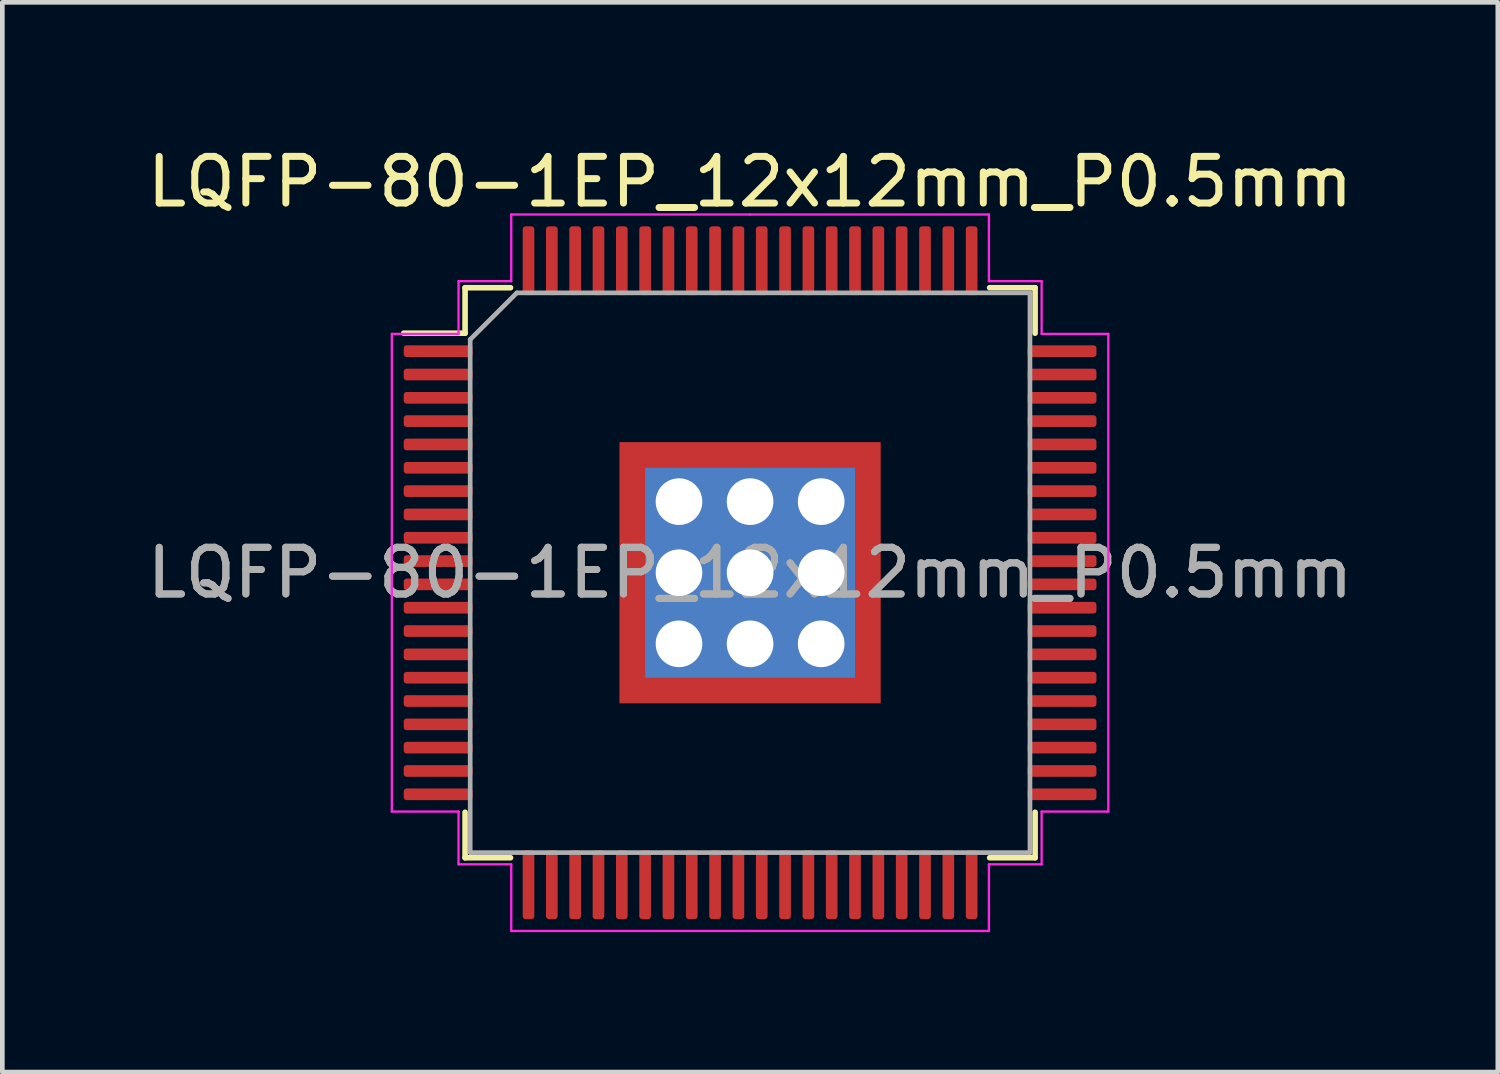
<source format=kicad_pcb>
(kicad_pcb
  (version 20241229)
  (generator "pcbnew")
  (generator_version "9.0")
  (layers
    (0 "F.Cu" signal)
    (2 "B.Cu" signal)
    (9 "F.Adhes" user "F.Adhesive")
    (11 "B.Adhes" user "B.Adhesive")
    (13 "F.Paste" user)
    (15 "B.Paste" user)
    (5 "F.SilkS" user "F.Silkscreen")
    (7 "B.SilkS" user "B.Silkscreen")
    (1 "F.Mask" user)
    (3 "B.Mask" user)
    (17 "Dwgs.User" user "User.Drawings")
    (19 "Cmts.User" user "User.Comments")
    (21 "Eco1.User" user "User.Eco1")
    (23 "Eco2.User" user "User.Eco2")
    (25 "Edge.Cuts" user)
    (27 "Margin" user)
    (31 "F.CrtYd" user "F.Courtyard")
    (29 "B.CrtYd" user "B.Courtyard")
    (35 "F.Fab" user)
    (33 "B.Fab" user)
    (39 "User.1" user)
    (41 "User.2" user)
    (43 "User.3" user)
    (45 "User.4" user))
  (footprint "LQFP-80-1EP_12x12mm_P0.5mm"
    (layer "F.Cu")
    (at 13.03 9.228)
    (property "Reference" "LQFP-80-1EP_12x12mm_P0.5mm" (at 0 -8.38 0) (layer "F.SilkS") (effects (font (size 1 1) (thickness 0.15))))
    (attr smd)
    (fp_line (start -6.11 -6.11) (end -6.11 -5.135) (stroke (width 0.12) (type solid)) (layer "F.SilkS"))
    (fp_line (start -6.11 -5.135) (end -7.425 -5.135) (stroke (width 0.12) (type solid)) (layer "F.SilkS"))
    (fp_line (start -6.11 6.11) (end -6.11 5.135) (stroke (width 0.12) (type solid)) (layer "F.SilkS"))
    (fp_line (start -5.135 -6.11) (end -6.11 -6.11) (stroke (width 0.12) (type solid)) (layer "F.SilkS"))
    (fp_line (start -5.135 6.11) (end -6.11 6.11) (stroke (width 0.12) (type solid)) (layer "F.SilkS"))
    (fp_line (start 5.135 -6.11) (end 6.11 -6.11) (stroke (width 0.12) (type solid)) (layer "F.SilkS"))
    (fp_line (start 5.135 6.11) (end 6.11 6.11) (stroke (width 0.12) (type solid)) (layer "F.SilkS"))
    (fp_line (start 6.11 -6.11) (end 6.11 -5.135) (stroke (width 0.12) (type solid)) (layer "F.SilkS"))
    (fp_line (start 6.11 6.11) (end 6.11 5.135) (stroke (width 0.12) (type solid)) (layer "F.SilkS"))
    (fp_line (start -7.68 -5.12) (end -7.68 0) (stroke (width 0.05) (type solid)) (layer "F.CrtYd"))
    (fp_line (start -7.68 5.12) (end -7.68 0) (stroke (width 0.05) (type solid)) (layer "F.CrtYd"))
    (fp_line (start -6.25 -6.25) (end -6.25 -5.12) (stroke (width 0.05) (type solid)) (layer "F.CrtYd"))
    (fp_line (start -6.25 -5.12) (end -7.68 -5.12) (stroke (width 0.05) (type solid)) (layer "F.CrtYd"))
    (fp_line (start -6.25 5.12) (end -7.68 5.12) (stroke (width 0.05) (type solid)) (layer "F.CrtYd"))
    (fp_line (start -6.25 6.25) (end -6.25 5.12) (stroke (width 0.05) (type solid)) (layer "F.CrtYd"))
    (fp_line (start -5.12 -7.68) (end -5.12 -6.25) (stroke (width 0.05) (type solid)) (layer "F.CrtYd"))
    (fp_line (start -5.12 -6.25) (end -6.25 -6.25) (stroke (width 0.05) (type solid)) (layer "F.CrtYd"))
    (fp_line (start -5.12 6.25) (end -6.25 6.25) (stroke (width 0.05) (type solid)) (layer "F.CrtYd"))
    (fp_line (start -5.12 7.68) (end -5.12 6.25) (stroke (width 0.05) (type solid)) (layer "F.CrtYd"))
    (fp_line (start 0 -7.68) (end -5.12 -7.68) (stroke (width 0.05) (type solid)) (layer "F.CrtYd"))
    (fp_line (start 0 -7.68) (end 5.12 -7.68) (stroke (width 0.05) (type solid)) (layer "F.CrtYd"))
    (fp_line (start 0 7.68) (end -5.12 7.68) (stroke (width 0.05) (type solid)) (layer "F.CrtYd"))
    (fp_line (start 0 7.68) (end 5.12 7.68) (stroke (width 0.05) (type solid)) (layer "F.CrtYd"))
    (fp_line (start 5.12 -7.68) (end 5.12 -6.25) (stroke (width 0.05) (type solid)) (layer "F.CrtYd"))
    (fp_line (start 5.12 -6.25) (end 6.25 -6.25) (stroke (width 0.05) (type solid)) (layer "F.CrtYd"))
    (fp_line (start 5.12 6.25) (end 6.25 6.25) (stroke (width 0.05) (type solid)) (layer "F.CrtYd"))
    (fp_line (start 5.12 7.68) (end 5.12 6.25) (stroke (width 0.05) (type solid)) (layer "F.CrtYd"))
    (fp_line (start 6.25 -6.25) (end 6.25 -5.12) (stroke (width 0.05) (type solid)) (layer "F.CrtYd"))
    (fp_line (start 6.25 -5.12) (end 7.68 -5.12) (stroke (width 0.05) (type solid)) (layer "F.CrtYd"))
    (fp_line (start 6.25 5.12) (end 7.68 5.12) (stroke (width 0.05) (type solid)) (layer "F.CrtYd"))
    (fp_line (start 6.25 6.25) (end 6.25 5.12) (stroke (width 0.05) (type solid)) (layer "F.CrtYd"))
    (fp_line (start 7.68 -5.12) (end 7.68 0) (stroke (width 0.05) (type solid)) (layer "F.CrtYd"))
    (fp_line (start 7.68 5.12) (end 7.68 0) (stroke (width 0.05) (type solid)) (layer "F.CrtYd"))
    (fp_line (start -6 -5) (end -5 -6) (stroke (width 0.1) (type solid)) (layer "F.Fab"))
    (fp_line (start -6 6) (end -6 -5) (stroke (width 0.1) (type solid)) (layer "F.Fab"))
    (fp_line (start -5 -6) (end 6 -6) (stroke (width 0.1) (type solid)) (layer "F.Fab"))
    (fp_line (start 6 -6) (end 6 6) (stroke (width 0.1) (type solid)) (layer "F.Fab"))
    (fp_line (start 6 6) (end -6 6) (stroke (width 0.1) (type solid)) (layer "F.Fab"))
    (fp_text user "${REFERENCE}" (at 0 0 0) (layer "F.Fab") (effects (font (size 1 1) (thickness 0.15))))
    (fp_text user "${REFERENCE}" (at 0 0 0) (layer "F.Fab") (effects (font (size 1 1) (thickness 0.15))))
    (pad "" smd custom (at -2.15 -2.15) (size 0.46 0.46) (layers "F.Paste") (options (anchor circle)) (primitives (gr_poly (pts (xy 0.178 0.092) (xy 0.092 0.178) (xy -0.178 0.178) (xy -0.178 -0.178) (xy 0.178 -0.178)) (width 0.208) (fill yes))))
    (pad "" smd custom (at -2.15 -1.2) (size 0.495 0.495) (layers "F.Paste") (options (anchor circle)) (primitives (gr_poly (pts (xy 0.212 -0.356) (xy 0.212 0.356) (xy 0.154 0.414) (xy -0.212 0.414) (xy -0.212 -0.414) (xy 0.154 -0.414)) (width 0.14) (fill yes))))
    (pad "" smd custom (at -2.15 0) (size 0.495 0.495) (layers "F.Paste") (options (anchor circle)) (primitives (gr_poly (pts (xy 0.212 -0.356) (xy 0.212 0.356) (xy 0.154 0.414) (xy -0.212 0.414) (xy -0.212 -0.414) (xy 0.154 -0.414)) (width 0.14) (fill yes))))
    (pad "" smd custom (at -2.15 1.2) (size 0.495 0.495) (layers "F.Paste") (options (anchor circle)) (primitives (gr_poly (pts (xy 0.212 -0.356) (xy 0.212 0.356) (xy 0.154 0.414) (xy -0.212 0.414) (xy -0.212 -0.414) (xy 0.154 -0.414)) (width 0.14) (fill yes))))
    (pad "" smd custom (at -2.15 2.15) (size 0.46 0.46) (layers "F.Paste") (options (anchor circle)) (primitives (gr_poly (pts (xy 0.178 -0.092) (xy 0.178 0.178) (xy -0.178 0.178) (xy -0.178 -0.178) (xy 0.092 -0.178)) (width 0.208) (fill yes))))
    (pad "" smd custom (at -1.2 -2.15) (size 0.495 0.495) (layers "F.Paste") (options (anchor circle)) (primitives (gr_poly (pts (xy 0.414 0.154) (xy 0.356 0.212) (xy -0.356 0.212) (xy -0.414 0.154) (xy -0.414 -0.212) (xy 0.414 -0.212)) (width 0.14) (fill yes))))
    (pad "" smd roundrect (at -1.2 -1.2) (size 0.967 0.967) (layers "F.Paste") (roundrect_rratio 0.25))
    (pad "" smd roundrect (at -1.2 0) (size 0.967 0.967) (layers "F.Paste") (roundrect_rratio 0.25))
    (pad "" smd roundrect (at -1.2 1.2) (size 0.967 0.967) (layers "F.Paste") (roundrect_rratio 0.25))
    (pad "" smd custom (at -1.2 2.15) (size 0.495 0.495) (layers "F.Paste") (options (anchor circle)) (primitives (gr_poly (pts (xy 0.414 -0.154) (xy 0.414 0.212) (xy -0.414 0.212) (xy -0.414 -0.154) (xy -0.356 -0.212) (xy 0.356 -0.212)) (width 0.14) (fill yes))))
    (pad "" smd custom (at 0 -2.15) (size 0.495 0.495) (layers "F.Paste") (options (anchor circle)) (primitives (gr_poly (pts (xy 0.414 0.154) (xy 0.356 0.212) (xy -0.356 0.212) (xy -0.414 0.154) (xy -0.414 -0.212) (xy 0.414 -0.212)) (width 0.14) (fill yes))))
    (pad "" smd roundrect (at 0 -1.2) (size 0.967 0.967) (layers "F.Paste") (roundrect_rratio 0.25))
    (pad "" smd roundrect (at 0 0) (size 0.967 0.967) (layers "F.Paste") (roundrect_rratio 0.25))
    (pad "" smd roundrect (at 0 1.2) (size 0.967 0.967) (layers "F.Paste") (roundrect_rratio 0.25))
    (pad "" smd custom (at 0 2.15) (size 0.495 0.495) (layers "F.Paste") (options (anchor circle)) (primitives (gr_poly (pts (xy 0.414 -0.154) (xy 0.414 0.212) (xy -0.414 0.212) (xy -0.414 -0.154) (xy -0.356 -0.212) (xy 0.356 -0.212)) (width 0.14) (fill yes))))
    (pad "" smd custom (at 1.2 -2.15) (size 0.495 0.495) (layers "F.Paste") (options (anchor circle)) (primitives (gr_poly (pts (xy 0.414 0.154) (xy 0.356 0.212) (xy -0.356 0.212) (xy -0.414 0.154) (xy -0.414 -0.212) (xy 0.414 -0.212)) (width 0.14) (fill yes))))
    (pad "" smd roundrect (at 1.2 -1.2) (size 0.967 0.967) (layers "F.Paste") (roundrect_rratio 0.25))
    (pad "" smd roundrect (at 1.2 0) (size 0.967 0.967) (layers "F.Paste") (roundrect_rratio 0.25))
    (pad "" smd roundrect (at 1.2 1.2) (size 0.967 0.967) (layers "F.Paste") (roundrect_rratio 0.25))
    (pad "" smd custom (at 1.2 2.15) (size 0.495 0.495) (layers "F.Paste") (options (anchor circle)) (primitives (gr_poly (pts (xy 0.414 -0.154) (xy 0.414 0.212) (xy -0.414 0.212) (xy -0.414 -0.154) (xy -0.356 -0.212) (xy 0.356 -0.212)) (width 0.14) (fill yes))))
    (pad "" smd custom (at 2.15 -2.15) (size 0.46 0.46) (layers "F.Paste") (options (anchor circle)) (primitives (gr_poly (pts (xy 0.178 0.178) (xy -0.092 0.178) (xy -0.178 0.092) (xy -0.178 -0.178) (xy 0.178 -0.178)) (width 0.208) (fill yes))))
    (pad "" smd custom (at 2.15 -1.2) (size 0.495 0.495) (layers "F.Paste") (options (anchor circle)) (primitives (gr_poly (pts (xy 0.212 0.414) (xy -0.154 0.414) (xy -0.212 0.356) (xy -0.212 -0.356) (xy -0.154 -0.414) (xy 0.212 -0.414)) (width 0.14) (fill yes))))
    (pad "" smd custom (at 2.15 0) (size 0.495 0.495) (layers "F.Paste") (options (anchor circle)) (primitives (gr_poly (pts (xy 0.212 0.414) (xy -0.154 0.414) (xy -0.212 0.356) (xy -0.212 -0.356) (xy -0.154 -0.414) (xy 0.212 -0.414)) (width 0.14) (fill yes))))
    (pad "" smd custom (at 2.15 1.2) (size 0.495 0.495) (layers "F.Paste") (options (anchor circle)) (primitives (gr_poly (pts (xy 0.212 0.414) (xy -0.154 0.414) (xy -0.212 0.356) (xy -0.212 -0.356) (xy -0.154 -0.414) (xy 0.212 -0.414)) (width 0.14) (fill yes))))
    (pad "" smd custom (at 2.15 2.15) (size 0.46 0.46) (layers "F.Paste") (options (anchor circle)) (primitives (gr_poly (pts (xy 0.178 0.178) (xy -0.178 0.178) (xy -0.178 -0.092) (xy -0.092 -0.178) (xy 0.178 -0.178)) (width 0.208) (fill yes))))
    (pad "1" smd roundrect (at -6.688 -4.75) (size 1.475 0.25) (layers "F.Cu" "F.Mask" "F.Paste") (roundrect_rratio 0.25))
    (pad "2" smd roundrect (at -6.688 -4.25) (size 1.475 0.25) (layers "F.Cu" "F.Mask" "F.Paste") (roundrect_rratio 0.25))
    (pad "3" smd roundrect (at -6.688 -3.75) (size 1.475 0.25) (layers "F.Cu" "F.Mask" "F.Paste") (roundrect_rratio 0.25))
    (pad "4" smd roundrect (at -6.688 -3.25) (size 1.475 0.25) (layers "F.Cu" "F.Mask" "F.Paste") (roundrect_rratio 0.25))
    (pad "5" smd roundrect (at -6.688 -2.75) (size 1.475 0.25) (layers "F.Cu" "F.Mask" "F.Paste") (roundrect_rratio 0.25))
    (pad "6" smd roundrect (at -6.688 -2.25) (size 1.475 0.25) (layers "F.Cu" "F.Mask" "F.Paste") (roundrect_rratio 0.25))
    (pad "7" smd roundrect (at -6.688 -1.75) (size 1.475 0.25) (layers "F.Cu" "F.Mask" "F.Paste") (roundrect_rratio 0.25))
    (pad "8" smd roundrect (at -6.688 -1.25) (size 1.475 0.25) (layers "F.Cu" "F.Mask" "F.Paste") (roundrect_rratio 0.25))
    (pad "9" smd roundrect (at -6.688 -0.75) (size 1.475 0.25) (layers "F.Cu" "F.Mask" "F.Paste") (roundrect_rratio 0.25))
    (pad "10" smd roundrect (at -6.688 -0.25) (size 1.475 0.25) (layers "F.Cu" "F.Mask" "F.Paste") (roundrect_rratio 0.25))
    (pad "11" smd roundrect (at -6.688 0.25) (size 1.475 0.25) (layers "F.Cu" "F.Mask" "F.Paste") (roundrect_rratio 0.25))
    (pad "12" smd roundrect (at -6.688 0.75) (size 1.475 0.25) (layers "F.Cu" "F.Mask" "F.Paste") (roundrect_rratio 0.25))
    (pad "13" smd roundrect (at -6.688 1.25) (size 1.475 0.25) (layers "F.Cu" "F.Mask" "F.Paste") (roundrect_rratio 0.25))
    (pad "14" smd roundrect (at -6.688 1.75) (size 1.475 0.25) (layers "F.Cu" "F.Mask" "F.Paste") (roundrect_rratio 0.25))
    (pad "15" smd roundrect (at -6.688 2.25) (size 1.475 0.25) (layers "F.Cu" "F.Mask" "F.Paste") (roundrect_rratio 0.25))
    (pad "16" smd roundrect (at -6.688 2.75) (size 1.475 0.25) (layers "F.Cu" "F.Mask" "F.Paste") (roundrect_rratio 0.25))
    (pad "17" smd roundrect (at -6.688 3.25) (size 1.475 0.25) (layers "F.Cu" "F.Mask" "F.Paste") (roundrect_rratio 0.25))
    (pad "18" smd roundrect (at -6.688 3.75) (size 1.475 0.25) (layers "F.Cu" "F.Mask" "F.Paste") (roundrect_rratio 0.25))
    (pad "19" smd roundrect (at -6.688 4.25) (size 1.475 0.25) (layers "F.Cu" "F.Mask" "F.Paste") (roundrect_rratio 0.25))
    (pad "20" smd roundrect (at -6.688 4.75) (size 1.475 0.25) (layers "F.Cu" "F.Mask" "F.Paste") (roundrect_rratio 0.25))
    (pad "21" smd roundrect (at -4.75 6.688) (size 0.25 1.475) (layers "F.Cu" "F.Mask" "F.Paste") (roundrect_rratio 0.25))
    (pad "22" smd roundrect (at -4.25 6.688) (size 0.25 1.475) (layers "F.Cu" "F.Mask" "F.Paste") (roundrect_rratio 0.25))
    (pad "23" smd roundrect (at -3.75 6.688) (size 0.25 1.475) (layers "F.Cu" "F.Mask" "F.Paste") (roundrect_rratio 0.25))
    (pad "24" smd roundrect (at -3.25 6.688) (size 0.25 1.475) (layers "F.Cu" "F.Mask" "F.Paste") (roundrect_rratio 0.25))
    (pad "25" smd roundrect (at -2.75 6.688) (size 0.25 1.475) (layers "F.Cu" "F.Mask" "F.Paste") (roundrect_rratio 0.25))
    (pad "26" smd roundrect (at -2.25 6.688) (size 0.25 1.475) (layers "F.Cu" "F.Mask" "F.Paste") (roundrect_rratio 0.25))
    (pad "27" smd roundrect (at -1.75 6.688) (size 0.25 1.475) (layers "F.Cu" "F.Mask" "F.Paste") (roundrect_rratio 0.25))
    (pad "28" smd roundrect (at -1.25 6.688) (size 0.25 1.475) (layers "F.Cu" "F.Mask" "F.Paste") (roundrect_rratio 0.25))
    (pad "29" smd roundrect (at -0.75 6.688) (size 0.25 1.475) (layers "F.Cu" "F.Mask" "F.Paste") (roundrect_rratio 0.25))
    (pad "30" smd roundrect (at -0.25 6.688) (size 0.25 1.475) (layers "F.Cu" "F.Mask" "F.Paste") (roundrect_rratio 0.25))
    (pad "31" smd roundrect (at 0.25 6.688) (size 0.25 1.475) (layers "F.Cu" "F.Mask" "F.Paste") (roundrect_rratio 0.25))
    (pad "32" smd roundrect (at 0.75 6.688) (size 0.25 1.475) (layers "F.Cu" "F.Mask" "F.Paste") (roundrect_rratio 0.25))
    (pad "33" smd roundrect (at 1.25 6.688) (size 0.25 1.475) (layers "F.Cu" "F.Mask" "F.Paste") (roundrect_rratio 0.25))
    (pad "34" smd roundrect (at 1.75 6.688) (size 0.25 1.475) (layers "F.Cu" "F.Mask" "F.Paste") (roundrect_rratio 0.25))
    (pad "35" smd roundrect (at 2.25 6.688) (size 0.25 1.475) (layers "F.Cu" "F.Mask" "F.Paste") (roundrect_rratio 0.25))
    (pad "36" smd roundrect (at 2.75 6.688) (size 0.25 1.475) (layers "F.Cu" "F.Mask" "F.Paste") (roundrect_rratio 0.25))
    (pad "37" smd roundrect (at 3.25 6.688) (size 0.25 1.475) (layers "F.Cu" "F.Mask" "F.Paste") (roundrect_rratio 0.25))
    (pad "38" smd roundrect (at 3.75 6.688) (size 0.25 1.475) (layers "F.Cu" "F.Mask" "F.Paste") (roundrect_rratio 0.25))
    (pad "39" smd roundrect (at 4.25 6.688) (size 0.25 1.475) (layers "F.Cu" "F.Mask" "F.Paste") (roundrect_rratio 0.25))
    (pad "40" smd roundrect (at 4.75 6.688) (size 0.25 1.475) (layers "F.Cu" "F.Mask" "F.Paste") (roundrect_rratio 0.25))
    (pad "41" smd roundrect (at 6.688 4.75) (size 1.475 0.25) (layers "F.Cu" "F.Mask" "F.Paste") (roundrect_rratio 0.25))
    (pad "42" smd roundrect (at 6.688 4.25) (size 1.475 0.25) (layers "F.Cu" "F.Mask" "F.Paste") (roundrect_rratio 0.25))
    (pad "43" smd roundrect (at 6.688 3.75) (size 1.475 0.25) (layers "F.Cu" "F.Mask" "F.Paste") (roundrect_rratio 0.25))
    (pad "44" smd roundrect (at 6.688 3.25) (size 1.475 0.25) (layers "F.Cu" "F.Mask" "F.Paste") (roundrect_rratio 0.25))
    (pad "45" smd roundrect (at 6.688 2.75) (size 1.475 0.25) (layers "F.Cu" "F.Mask" "F.Paste") (roundrect_rratio 0.25))
    (pad "46" smd roundrect (at 6.688 2.25) (size 1.475 0.25) (layers "F.Cu" "F.Mask" "F.Paste") (roundrect_rratio 0.25))
    (pad "47" smd roundrect (at 6.688 1.75) (size 1.475 0.25) (layers "F.Cu" "F.Mask" "F.Paste") (roundrect_rratio 0.25))
    (pad "48" smd roundrect (at 6.688 1.25) (size 1.475 0.25) (layers "F.Cu" "F.Mask" "F.Paste") (roundrect_rratio 0.25))
    (pad "49" smd roundrect (at 6.688 0.75) (size 1.475 0.25) (layers "F.Cu" "F.Mask" "F.Paste") (roundrect_rratio 0.25))
    (pad "50" smd roundrect (at 6.688 0.25) (size 1.475 0.25) (layers "F.Cu" "F.Mask" "F.Paste") (roundrect_rratio 0.25))
    (pad "51" smd roundrect (at 6.688 -0.25) (size 1.475 0.25) (layers "F.Cu" "F.Mask" "F.Paste") (roundrect_rratio 0.25))
    (pad "52" smd roundrect (at 6.688 -0.75) (size 1.475 0.25) (layers "F.Cu" "F.Mask" "F.Paste") (roundrect_rratio 0.25))
    (pad "53" smd roundrect (at 6.688 -1.25) (size 1.475 0.25) (layers "F.Cu" "F.Mask" "F.Paste") (roundrect_rratio 0.25))
    (pad "54" smd roundrect (at 6.688 -1.75) (size 1.475 0.25) (layers "F.Cu" "F.Mask" "F.Paste") (roundrect_rratio 0.25))
    (pad "55" smd roundrect (at 6.688 -2.25) (size 1.475 0.25) (layers "F.Cu" "F.Mask" "F.Paste") (roundrect_rratio 0.25))
    (pad "56" smd roundrect (at 6.688 -2.75) (size 1.475 0.25) (layers "F.Cu" "F.Mask" "F.Paste") (roundrect_rratio 0.25))
    (pad "57" smd roundrect (at 6.688 -3.25) (size 1.475 0.25) (layers "F.Cu" "F.Mask" "F.Paste") (roundrect_rratio 0.25))
    (pad "58" smd roundrect (at 6.688 -3.75) (size 1.475 0.25) (layers "F.Cu" "F.Mask" "F.Paste") (roundrect_rratio 0.25))
    (pad "59" smd roundrect (at 6.688 -4.25) (size 1.475 0.25) (layers "F.Cu" "F.Mask" "F.Paste") (roundrect_rratio 0.25))
    (pad "60" smd roundrect (at 6.688 -4.75) (size 1.475 0.25) (layers "F.Cu" "F.Mask" "F.Paste") (roundrect_rratio 0.25))
    (pad "61" smd roundrect (at 4.75 -6.688) (size 0.25 1.475) (layers "F.Cu" "F.Mask" "F.Paste") (roundrect_rratio 0.25))
    (pad "62" smd roundrect (at 4.25 -6.688) (size 0.25 1.475) (layers "F.Cu" "F.Mask" "F.Paste") (roundrect_rratio 0.25))
    (pad "63" smd roundrect (at 3.75 -6.688) (size 0.25 1.475) (layers "F.Cu" "F.Mask" "F.Paste") (roundrect_rratio 0.25))
    (pad "64" smd roundrect (at 3.25 -6.688) (size 0.25 1.475) (layers "F.Cu" "F.Mask" "F.Paste") (roundrect_rratio 0.25))
    (pad "65" smd roundrect (at 2.75 -6.688) (size 0.25 1.475) (layers "F.Cu" "F.Mask" "F.Paste") (roundrect_rratio 0.25))
    (pad "66" smd roundrect (at 2.25 -6.688) (size 0.25 1.475) (layers "F.Cu" "F.Mask" "F.Paste") (roundrect_rratio 0.25))
    (pad "67" smd roundrect (at 1.75 -6.688) (size 0.25 1.475) (layers "F.Cu" "F.Mask" "F.Paste") (roundrect_rratio 0.25))
    (pad "68" smd roundrect (at 1.25 -6.688) (size 0.25 1.475) (layers "F.Cu" "F.Mask" "F.Paste") (roundrect_rratio 0.25))
    (pad "69" smd roundrect (at 0.75 -6.688) (size 0.25 1.475) (layers "F.Cu" "F.Mask" "F.Paste") (roundrect_rratio 0.25))
    (pad "70" smd roundrect (at 0.25 -6.688) (size 0.25 1.475) (layers "F.Cu" "F.Mask" "F.Paste") (roundrect_rratio 0.25))
    (pad "71" smd roundrect (at -0.25 -6.688) (size 0.25 1.475) (layers "F.Cu" "F.Mask" "F.Paste") (roundrect_rratio 0.25))
    (pad "72" smd roundrect (at -0.75 -6.688) (size 0.25 1.475) (layers "F.Cu" "F.Mask" "F.Paste") (roundrect_rratio 0.25))
    (pad "73" smd roundrect (at -1.25 -6.688) (size 0.25 1.475) (layers "F.Cu" "F.Mask" "F.Paste") (roundrect_rratio 0.25))
    (pad "74" smd roundrect (at -1.75 -6.688) (size 0.25 1.475) (layers "F.Cu" "F.Mask" "F.Paste") (roundrect_rratio 0.25))
    (pad "75" smd roundrect (at -2.25 -6.688) (size 0.25 1.475) (layers "F.Cu" "F.Mask" "F.Paste") (roundrect_rratio 0.25))
    (pad "76" smd roundrect (at -2.75 -6.688) (size 0.25 1.475) (layers "F.Cu" "F.Mask" "F.Paste") (roundrect_rratio 0.25))
    (pad "77" smd roundrect (at -3.25 -6.688) (size 0.25 1.475) (layers "F.Cu" "F.Mask" "F.Paste") (roundrect_rratio 0.25))
    (pad "78" smd roundrect (at -3.75 -6.688) (size 0.25 1.475) (layers "F.Cu" "F.Mask" "F.Paste") (roundrect_rratio 0.25))
    (pad "79" smd roundrect (at -4.25 -6.688) (size 0.25 1.475) (layers "F.Cu" "F.Mask" "F.Paste") (roundrect_rratio 0.25))
    (pad "80" smd roundrect (at -4.75 -6.688) (size 0.25 1.475) (layers "F.Cu" "F.Mask" "F.Paste") (roundrect_rratio 0.25))
    (pad "81" thru_hole circle (at -1.524 -1.524) (size 1.3 1.3) (drill 1) (layers "*.Cu" "*.Mask"))
    (pad "81" thru_hole circle (at -1.524 0) (size 1.3 1.3) (drill 1) (layers "*.Cu" "*.Mask"))
    (pad "81" thru_hole circle (at -1.524 1.524) (size 1.3 1.3) (drill 1) (layers "*.Cu" "*.Mask"))
    (pad "81" thru_hole circle (at 0 -1.524) (size 1.3 1.3) (drill 1) (layers "*.Cu" "*.Mask"))
    (pad "81" thru_hole circle (at 0 0) (size 1.3 1.3) (drill 1) (layers "*.Cu" "*.Mask"))
    (pad "81" smd rect (at 0 0) (size 4.5 4.5) (layers "B.Cu" "B.Mask"))
    (pad "81" smd rect (at 0 0) (size 5.6 5.6) (layers "F.Cu" "F.Mask"))
    (pad "81" thru_hole circle (at 0 1.524) (size 1.3 1.3) (drill 1) (layers "*.Cu" "*.Mask"))
    (pad "81" thru_hole circle (at 1.524 -1.524) (size 1.3 1.3) (drill 1) (layers "*.Cu" "*.Mask"))
    (pad "81" thru_hole circle (at 1.524 0) (size 1.3 1.3) (drill 1) (layers "*.Cu" "*.Mask"))
    (pad "81" thru_hole circle (at 1.524 1.524) (size 1.3 1.3) (drill 1) (layers "*.Cu" "*.Mask")))
  (gr_rect
    (start -3 -3)
    (end 29.06 19.933)
    (stroke (width 0.1) (type default))
    (fill no)
    (layer "Edge.Cuts")))
</source>
